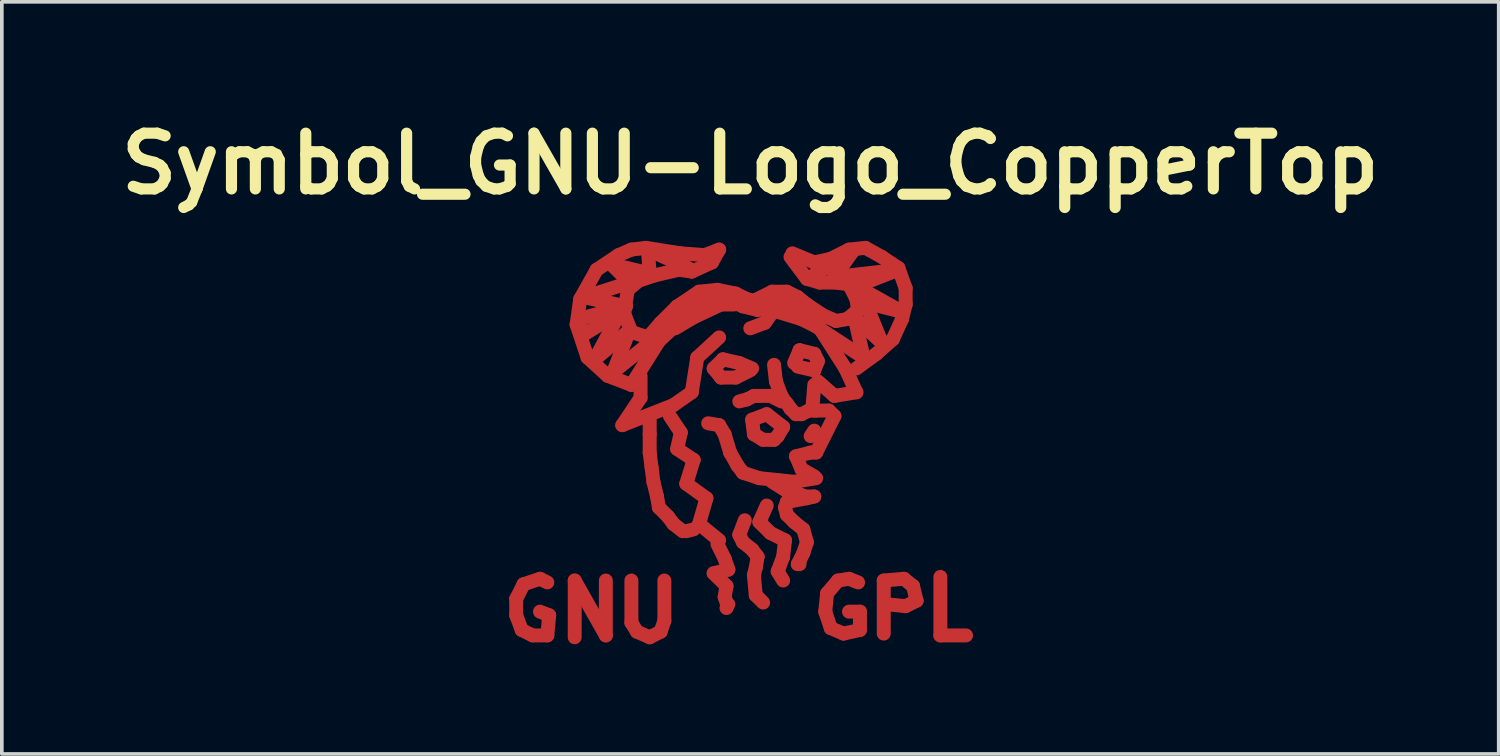
<source format=kicad_pcb>
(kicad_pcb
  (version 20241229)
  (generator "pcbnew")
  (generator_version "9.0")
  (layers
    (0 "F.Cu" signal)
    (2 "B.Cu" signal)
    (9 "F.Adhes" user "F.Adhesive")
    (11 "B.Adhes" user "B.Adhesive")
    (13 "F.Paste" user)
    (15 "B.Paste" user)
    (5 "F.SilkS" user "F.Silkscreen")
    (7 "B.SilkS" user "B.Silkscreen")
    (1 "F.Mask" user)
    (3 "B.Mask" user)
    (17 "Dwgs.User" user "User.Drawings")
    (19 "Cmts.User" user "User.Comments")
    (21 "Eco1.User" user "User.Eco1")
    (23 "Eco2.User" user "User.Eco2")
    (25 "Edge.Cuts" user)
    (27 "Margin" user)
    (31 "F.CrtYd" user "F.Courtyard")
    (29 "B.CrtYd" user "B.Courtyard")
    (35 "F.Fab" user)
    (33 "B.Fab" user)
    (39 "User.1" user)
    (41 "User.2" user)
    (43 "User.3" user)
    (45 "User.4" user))
  (footprint "Symbol_GNU-Logo_CopperTop"
    (layer "F.Cu")
    (at 17.468 7.477)
    (property "Reference" "Symbol_GNU-Logo_CopperTop" (at 0 -6.05 0) (layer "F.SilkS") (effects (font (size 1.524 1.524) (thickness 0.305))))
    (attr through_hole)
    (fp_line (start -6.401 5.85) (end -6.401 6.299) (stroke (width 0.381) (type solid)) (layer "F.Cu"))
    (fp_line (start -6.401 6.299) (end -6.251 6.701) (stroke (width 0.381) (type solid)) (layer "F.Cu"))
    (fp_line (start -6.251 6.701) (end -5.951 6.85) (stroke (width 0.381) (type solid)) (layer "F.Cu"))
    (fp_line (start -6.2 5.451) (end -6.401 5.85) (stroke (width 0.381) (type solid)) (layer "F.Cu"))
    (fp_line (start -5.951 6.85) (end -5.55 6.85) (stroke (width 0.381) (type solid)) (layer "F.Cu"))
    (fp_line (start -5.751 5.301) (end -6.2 5.451) (stroke (width 0.381) (type solid)) (layer "F.Cu"))
    (fp_line (start -5.55 5.4) (end -5.751 5.301) (stroke (width 0.381) (type solid)) (layer "F.Cu"))
    (fp_line (start -5.55 6.85) (end -5.499 6.299) (stroke (width 0.381) (type solid)) (layer "F.Cu"))
    (fp_line (start -5.499 6.299) (end -5.751 6.2) (stroke (width 0.381) (type solid)) (layer "F.Cu"))
    (fp_line (start -4.801 5.349) (end -3.95 6.85) (stroke (width 0.381) (type solid)) (layer "F.Cu"))
    (fp_line (start -4.801 6.901) (end -4.801 5.349) (stroke (width 0.381) (type solid)) (layer "F.Cu"))
    (fp_line (start -4.75 -1.651) (end -4.45 -0.749) (stroke (width 0.381) (type solid)) (layer "F.Cu"))
    (fp_line (start -4.699 -1.801) (end -3.401 -2.149) (stroke (width 0.381) (type solid)) (layer "F.Cu"))
    (fp_line (start -4.651 -2.349) (end -4.75 -1.651) (stroke (width 0.381) (type solid)) (layer "F.Cu"))
    (fp_line (start -4.6 -1.349) (end -4.699 -1.801) (stroke (width 0.381) (type solid)) (layer "F.Cu"))
    (fp_line (start -4.549 -2.4) (end -3.299 -2.799) (stroke (width 0.381) (type solid)) (layer "F.Cu"))
    (fp_line (start -4.45 -0.749) (end -3.899 -0.249) (stroke (width 0.381) (type solid)) (layer "F.Cu"))
    (fp_line (start -4.249 -0.701) (end -3.551 -1.999) (stroke (width 0.381) (type solid)) (layer "F.Cu"))
    (fp_line (start -4.201 -3.15) (end -4.651 -2.349) (stroke (width 0.381) (type solid)) (layer "F.Cu"))
    (fp_line (start -3.95 6.85) (end -3.95 5.349) (stroke (width 0.381) (type solid)) (layer "F.Cu"))
    (fp_line (start -3.899 -0.249) (end -3.251 0) (stroke (width 0.381) (type solid)) (layer "F.Cu"))
    (fp_line (start -3.8 -3.299) (end -2.751 -3.051) (stroke (width 0.381) (type solid)) (layer "F.Cu"))
    (fp_line (start -3.749 -0.351) (end -3.299 -1.501) (stroke (width 0.381) (type solid)) (layer "F.Cu"))
    (fp_line (start -3.599 -3.551) (end -4.201 -3.15) (stroke (width 0.381) (type solid)) (layer "F.Cu"))
    (fp_line (start -3.551 -1.999) (end -4.6 -1.349) (stroke (width 0.381) (type solid)) (layer "F.Cu"))
    (fp_line (start -3.5 1.1) (end -2.101 0.551) (stroke (width 0.381) (type solid)) (layer "F.Cu"))
    (fp_line (start -3.449 -1.951) (end -3.35 -2.601) (stroke (width 0.381) (type solid)) (layer "F.Cu"))
    (fp_line (start -3.401 -2.149) (end -4.549 -2.4) (stroke (width 0.381) (type solid)) (layer "F.Cu"))
    (fp_line (start -3.35 -2.601) (end -3.051 -2.85) (stroke (width 0.381) (type solid)) (layer "F.Cu"))
    (fp_line (start -3.299 -2.799) (end -3.8 -3.299) (stroke (width 0.381) (type solid)) (layer "F.Cu"))
    (fp_line (start -3.299 -1.501) (end -4.249 -0.701) (stroke (width 0.381) (type solid)) (layer "F.Cu"))
    (fp_line (start -3.251 -3.701) (end -3.599 -3.551) (stroke (width 0.381) (type solid)) (layer "F.Cu"))
    (fp_line (start -3.251 -1.45) (end -3.449 -1.951) (stroke (width 0.381) (type solid)) (layer "F.Cu"))
    (fp_line (start -3.251 0) (end -2.499 -1.199) (stroke (width 0.381) (type solid)) (layer "F.Cu"))
    (fp_line (start -3.251 5.349) (end -3.251 6.5) (stroke (width 0.381) (type solid)) (layer "F.Cu"))
    (fp_line (start -3.251 6.5) (end -3.099 6.749) (stroke (width 0.381) (type solid)) (layer "F.Cu"))
    (fp_line (start -3.099 6.749) (end -2.751 6.901) (stroke (width 0.381) (type solid)) (layer "F.Cu"))
    (fp_line (start -3.051 -2.85) (end -2.601 -3) (stroke (width 0.381) (type solid)) (layer "F.Cu"))
    (fp_line (start -3 -0.249) (end -3 0.351) (stroke (width 0.381) (type solid)) (layer "F.Cu"))
    (fp_line (start -3 0.351) (end -3.5 1.1) (stroke (width 0.381) (type solid)) (layer "F.Cu"))
    (fp_line (start -2.85 -3.749) (end -3.251 -3.701) (stroke (width 0.381) (type solid)) (layer "F.Cu"))
    (fp_line (start -2.799 -3.701) (end -1.699 -3.2) (stroke (width 0.381) (type solid)) (layer "F.Cu"))
    (fp_line (start -2.799 -1.3) (end -3.251 -1.45) (stroke (width 0.381) (type solid)) (layer "F.Cu"))
    (fp_line (start -2.751 -3.051) (end -2.799 -3.701) (stroke (width 0.381) (type solid)) (layer "F.Cu"))
    (fp_line (start -2.751 -1.151) (end -3.749 -0.351) (stroke (width 0.381) (type solid)) (layer "F.Cu"))
    (fp_line (start -2.751 1.349) (end -2.751 0.851) (stroke (width 0.381) (type solid)) (layer "F.Cu"))
    (fp_line (start -2.751 1.849) (end -2.751 1.349) (stroke (width 0.381) (type solid)) (layer "F.Cu"))
    (fp_line (start -2.751 6.901) (end -2.451 6.749) (stroke (width 0.381) (type solid)) (layer "F.Cu"))
    (fp_line (start -2.7 2.25) (end -2.751 1.849) (stroke (width 0.381) (type solid)) (layer "F.Cu"))
    (fp_line (start -2.649 2.649) (end -2.7 2.25) (stroke (width 0.381) (type solid)) (layer "F.Cu"))
    (fp_line (start -2.601 -3) (end -1.951 -3.15) (stroke (width 0.381) (type solid)) (layer "F.Cu"))
    (fp_line (start -2.55 3.051) (end -2.649 2.649) (stroke (width 0.381) (type solid)) (layer "F.Cu"))
    (fp_line (start -2.499 -1.199) (end -1.801 -1.849) (stroke (width 0.381) (type solid)) (layer "F.Cu"))
    (fp_line (start -2.499 3.35) (end -2.55 3.051) (stroke (width 0.381) (type solid)) (layer "F.Cu"))
    (fp_line (start -2.451 -1.699) (end -2.799 -1.3) (stroke (width 0.381) (type solid)) (layer "F.Cu"))
    (fp_line (start -2.451 6.749) (end -2.349 6.449) (stroke (width 0.381) (type solid)) (layer "F.Cu"))
    (fp_line (start -2.349 6.449) (end -2.349 5.349) (stroke (width 0.381) (type solid)) (layer "F.Cu"))
    (fp_line (start -2.25 3.599) (end -2.499 3.35) (stroke (width 0.381) (type solid)) (layer "F.Cu"))
    (fp_line (start -2.2 0.851) (end -1.9 1.3) (stroke (width 0.381) (type solid)) (layer "F.Cu"))
    (fp_line (start -2.101 0.551) (end -1.6 0.201) (stroke (width 0.381) (type solid)) (layer "F.Cu"))
    (fp_line (start -2.101 3.8) (end -2.25 3.599) (stroke (width 0.381) (type solid)) (layer "F.Cu"))
    (fp_line (start -2.05 -1.549) (end -1.549 -1.849) (stroke (width 0.381) (type solid)) (layer "F.Cu"))
    (fp_line (start -1.999 -2.149) (end -2.451 -1.699) (stroke (width 0.381) (type solid)) (layer "F.Cu"))
    (fp_line (start -1.999 1.75) (end -1.549 2.05) (stroke (width 0.381) (type solid)) (layer "F.Cu"))
    (fp_line (start -1.951 -3.15) (end -1.6 -3.099) (stroke (width 0.381) (type solid)) (layer "F.Cu"))
    (fp_line (start -1.9 -3.599) (end -2.85 -3.749) (stroke (width 0.381) (type solid)) (layer "F.Cu"))
    (fp_line (start -1.9 1.3) (end -1.999 1.75) (stroke (width 0.381) (type solid)) (layer "F.Cu"))
    (fp_line (start -1.849 4) (end -2.101 3.8) (stroke (width 0.381) (type solid)) (layer "F.Cu"))
    (fp_line (start -1.801 -1.849) (end -1.199 -2.301) (stroke (width 0.381) (type solid)) (layer "F.Cu"))
    (fp_line (start -1.75 2.7) (end -1.199 3.099) (stroke (width 0.381) (type solid)) (layer "F.Cu"))
    (fp_line (start -1.75 4) (end -1.549 3.95) (stroke (width 0.381) (type solid)) (layer "F.Cu"))
    (fp_line (start -1.6 -3.099) (end -1.049 -3.35) (stroke (width 0.381) (type solid)) (layer "F.Cu"))
    (fp_line (start -1.6 0.201) (end -1.45 -0.749) (stroke (width 0.381) (type solid)) (layer "F.Cu"))
    (fp_line (start -1.549 -1.849) (end -0.8 -2.2) (stroke (width 0.381) (type solid)) (layer "F.Cu"))
    (fp_line (start -1.549 2.05) (end -1.75 2.7) (stroke (width 0.381) (type solid)) (layer "F.Cu"))
    (fp_line (start -1.45 -0.749) (end -0.851 -1.3) (stroke (width 0.381) (type solid)) (layer "F.Cu"))
    (fp_line (start -1.4 -2.55) (end -1.999 -2.149) (stroke (width 0.381) (type solid)) (layer "F.Cu"))
    (fp_line (start -1.4 3.8) (end -0.851 4.249) (stroke (width 0.381) (type solid)) (layer "F.Cu"))
    (fp_line (start -1.25 -3.551) (end -1.9 -3.599) (stroke (width 0.381) (type solid)) (layer "F.Cu"))
    (fp_line (start -1.199 -2.301) (end -0.65 -2.349) (stroke (width 0.381) (type solid)) (layer "F.Cu"))
    (fp_line (start -1.199 3.099) (end -1.4 3.8) (stroke (width 0.381) (type solid)) (layer "F.Cu"))
    (fp_line (start -1.049 -3.35) (end -0.851 -3.701) (stroke (width 0.381) (type solid)) (layer "F.Cu"))
    (fp_line (start -1.001 -0.45) (end -0.8 -0.201) (stroke (width 0.381) (type solid)) (layer "F.Cu"))
    (fp_line (start -1.001 5.151) (end -0.65 5.499) (stroke (width 0.381) (type solid)) (layer "F.Cu"))
    (fp_line (start -0.899 -2.601) (end -1.4 -2.55) (stroke (width 0.381) (type solid)) (layer "F.Cu"))
    (fp_line (start -0.899 4.351) (end -0.701 4.75) (stroke (width 0.381) (type solid)) (layer "F.Cu"))
    (fp_line (start -0.851 -3.701) (end -1.25 -3.551) (stroke (width 0.381) (type solid)) (layer "F.Cu"))
    (fp_line (start -0.851 1.1) (end -1.151 1.049) (stroke (width 0.381) (type solid)) (layer "F.Cu"))
    (fp_line (start -0.8 -2.2) (end -0.45 -2.2) (stroke (width 0.381) (type solid)) (layer "F.Cu"))
    (fp_line (start -0.8 -0.201) (end -0.399 -0.201) (stroke (width 0.381) (type solid)) (layer "F.Cu"))
    (fp_line (start -0.749 -0.701) (end -1.001 -0.45) (stroke (width 0.381) (type solid)) (layer "F.Cu"))
    (fp_line (start -0.701 1.349) (end -0.851 1.1) (stroke (width 0.381) (type solid)) (layer "F.Cu"))
    (fp_line (start -0.701 4.75) (end -0.599 5.05) (stroke (width 0.381) (type solid)) (layer "F.Cu"))
    (fp_line (start -0.701 5.799) (end -0.65 5.951) (stroke (width 0.381) (type solid)) (layer "F.Cu"))
    (fp_line (start -0.65 -2.349) (end -0.201 -2.149) (stroke (width 0.381) (type solid)) (layer "F.Cu"))
    (fp_line (start -0.65 5.499) (end -0.701 5.799) (stroke (width 0.381) (type solid)) (layer "F.Cu"))
    (fp_line (start -0.599 5.05) (end -1.001 5.151) (stroke (width 0.381) (type solid)) (layer "F.Cu"))
    (fp_line (start -0.599 5.999) (end -0.65 6.101) (stroke (width 0.381) (type solid)) (layer "F.Cu"))
    (fp_line (start -0.551 1.849) (end -0.701 1.349) (stroke (width 0.381) (type solid)) (layer "F.Cu"))
    (fp_line (start -0.399 -2.499) (end -0.899 -2.601) (stroke (width 0.381) (type solid)) (layer "F.Cu"))
    (fp_line (start -0.399 -0.201) (end 0 -0.399) (stroke (width 0.381) (type solid)) (layer "F.Cu"))
    (fp_line (start -0.351 2.2) (end -0.551 1.849) (stroke (width 0.381) (type solid)) (layer "F.Cu"))
    (fp_line (start -0.3 -0.599) (end -0.749 -0.701) (stroke (width 0.381) (type solid)) (layer "F.Cu"))
    (fp_line (start -0.3 4.1) (end -0.201 4.3) (stroke (width 0.381) (type solid)) (layer "F.Cu"))
    (fp_line (start -0.201 -2.149) (end 0.201 -2.05) (stroke (width 0.381) (type solid)) (layer "F.Cu"))
    (fp_line (start -0.201 2.4) (end -0.351 2.2) (stroke (width 0.381) (type solid)) (layer "F.Cu"))
    (fp_line (start -0.201 4.3) (end 0.051 4.501) (stroke (width 0.381) (type solid)) (layer "F.Cu"))
    (fp_line (start -0.15 3.701) (end -0.3 4.1) (stroke (width 0.381) (type solid)) (layer "F.Cu"))
    (fp_line (start -0.099 -2.349) (end -0.399 -2.499) (stroke (width 0.381) (type solid)) (layer "F.Cu"))
    (fp_line (start -0.099 0.399) (end -0.3 0.45) (stroke (width 0.381) (type solid)) (layer "F.Cu"))
    (fp_line (start 0 -1.549) (end 0.399 -1.699) (stroke (width 0.381) (type solid)) (layer "F.Cu"))
    (fp_line (start 0.051 -0.45) (end -0.3 -0.599) (stroke (width 0.381) (type solid)) (layer "F.Cu"))
    (fp_line (start 0.051 0.95) (end 0.099 1.349) (stroke (width 0.381) (type solid)) (layer "F.Cu"))
    (fp_line (start 0.051 4.501) (end 0.201 4.699) (stroke (width 0.381) (type solid)) (layer "F.Cu"))
    (fp_line (start 0.099 -2.301) (end -0.099 -2.349) (stroke (width 0.381) (type solid)) (layer "F.Cu"))
    (fp_line (start 0.099 0.3) (end -0.099 0.399) (stroke (width 0.381) (type solid)) (layer "F.Cu"))
    (fp_line (start 0.099 1.349) (end 0.351 1.501) (stroke (width 0.381) (type solid)) (layer "F.Cu"))
    (fp_line (start 0.099 5.199) (end 0.15 5.751) (stroke (width 0.381) (type solid)) (layer "F.Cu"))
    (fp_line (start 0.15 5.001) (end 0.099 5.199) (stroke (width 0.381) (type solid)) (layer "F.Cu"))
    (fp_line (start 0.15 5.751) (end 0.351 5.951) (stroke (width 0.381) (type solid)) (layer "F.Cu"))
    (fp_line (start 0.201 -2.05) (end 0.65 -2.2) (stroke (width 0.381) (type solid)) (layer "F.Cu"))
    (fp_line (start 0.201 4.699) (end 0.15 5.001) (stroke (width 0.381) (type solid)) (layer "F.Cu"))
    (fp_line (start 0.249 0.3) (end 0.099 0.3) (stroke (width 0.381) (type solid)) (layer "F.Cu"))
    (fp_line (start 0.249 2.55) (end -0.201 2.4) (stroke (width 0.381) (type solid)) (layer "F.Cu"))
    (fp_line (start 0.249 3.749) (end 0.551 4.049) (stroke (width 0.381) (type solid)) (layer "F.Cu"))
    (fp_line (start 0.351 1.501) (end 0.65 1.501) (stroke (width 0.381) (type solid)) (layer "F.Cu"))
    (fp_line (start 0.399 -1.699) (end 0.65 -2.05) (stroke (width 0.381) (type solid)) (layer "F.Cu"))
    (fp_line (start 0.45 0.8) (end 0.051 0.95) (stroke (width 0.381) (type solid)) (layer "F.Cu"))
    (fp_line (start 0.45 3.299) (end 0.249 3.749) (stroke (width 0.381) (type solid)) (layer "F.Cu"))
    (fp_line (start 0.551 0.3) (end 0.249 0.3) (stroke (width 0.381) (type solid)) (layer "F.Cu"))
    (fp_line (start 0.551 4.049) (end 0.95 4.249) (stroke (width 0.381) (type solid)) (layer "F.Cu"))
    (fp_line (start 0.599 -2.55) (end 0.099 -2.301) (stroke (width 0.381) (type solid)) (layer "F.Cu"))
    (fp_line (start 0.599 2.649) (end 1.001 2.901) (stroke (width 0.381) (type solid)) (layer "F.Cu"))
    (fp_line (start 0.65 -2.2) (end 1.1 -2.101) (stroke (width 0.381) (type solid)) (layer "F.Cu"))
    (fp_line (start 0.65 -0.551) (end 0.701 -0.099) (stroke (width 0.381) (type solid)) (layer "F.Cu"))
    (fp_line (start 0.65 1.501) (end 0.749 1.4) (stroke (width 0.381) (type solid)) (layer "F.Cu"))
    (fp_line (start 0.701 -0.099) (end 0.851 0.3) (stroke (width 0.381) (type solid)) (layer "F.Cu"))
    (fp_line (start 0.749 -1.999) (end 1.4 -1.801) (stroke (width 0.381) (type solid)) (layer "F.Cu"))
    (fp_line (start 0.749 1.4) (end 0.899 1.151) (stroke (width 0.381) (type solid)) (layer "F.Cu"))
    (fp_line (start 0.749 2.601) (end 0.249 2.55) (stroke (width 0.381) (type solid)) (layer "F.Cu"))
    (fp_line (start 0.749 5.1) (end 0.899 5.349) (stroke (width 0.381) (type solid)) (layer "F.Cu"))
    (fp_line (start 0.851 -2.301) (end 1.1 -2.25) (stroke (width 0.381) (type solid)) (layer "F.Cu"))
    (fp_line (start 0.851 0.3) (end 0.95 0.45) (stroke (width 0.381) (type solid)) (layer "F.Cu"))
    (fp_line (start 0.851 0.45) (end 0.551 0.3) (stroke (width 0.381) (type solid)) (layer "F.Cu"))
    (fp_line (start 0.899 1.151) (end 0.45 0.8) (stroke (width 0.381) (type solid)) (layer "F.Cu"))
    (fp_line (start 0.899 4.699) (end 0.749 5.1) (stroke (width 0.381) (type solid)) (layer "F.Cu"))
    (fp_line (start 0.95 3.35) (end 1.001 3.551) (stroke (width 0.381) (type solid)) (layer "F.Cu"))
    (fp_line (start 0.95 4.249) (end 0.899 4.699) (stroke (width 0.381) (type solid)) (layer "F.Cu"))
    (fp_line (start 1.001 -2.55) (end 0.599 -2.55) (stroke (width 0.381) (type solid)) (layer "F.Cu"))
    (fp_line (start 1.001 0.5) (end 1.1 0.65) (stroke (width 0.381) (type solid)) (layer "F.Cu"))
    (fp_line (start 1.001 2.901) (end 1.25 2.901) (stroke (width 0.381) (type solid)) (layer "F.Cu"))
    (fp_line (start 1.001 3.2) (end 0.95 3.35) (stroke (width 0.381) (type solid)) (layer "F.Cu"))
    (fp_line (start 1.001 3.551) (end 1.199 3.749) (stroke (width 0.381) (type solid)) (layer "F.Cu"))
    (fp_line (start 1.1 -3.5) (end 1.549 -2.901) (stroke (width 0.381) (type solid)) (layer "F.Cu"))
    (fp_line (start 1.1 -2.101) (end 1.699 -1.801) (stroke (width 0.381) (type solid)) (layer "F.Cu"))
    (fp_line (start 1.1 0.65) (end 1.25 0.8) (stroke (width 0.381) (type solid)) (layer "F.Cu"))
    (fp_line (start 1.151 -3.599) (end 1.75 -3.35) (stroke (width 0.381) (type solid)) (layer "F.Cu"))
    (fp_line (start 1.199 -0.599) (end 1.349 -0.95) (stroke (width 0.381) (type solid)) (layer "F.Cu"))
    (fp_line (start 1.199 2.649) (end 0.749 2.601) (stroke (width 0.381) (type solid)) (layer "F.Cu"))
    (fp_line (start 1.199 3.749) (end 1.45 3.95) (stroke (width 0.381) (type solid)) (layer "F.Cu"))
    (fp_line (start 1.25 0.8) (end 1.4 0.8) (stroke (width 0.381) (type solid)) (layer "F.Cu"))
    (fp_line (start 1.25 1.951) (end 1.4 2.301) (stroke (width 0.381) (type solid)) (layer "F.Cu"))
    (fp_line (start 1.25 2.949) (end 1.501 3.051) (stroke (width 0.381) (type solid)) (layer "F.Cu"))
    (fp_line (start 1.3 -2.4) (end 1.001 -2.55) (stroke (width 0.381) (type solid)) (layer "F.Cu"))
    (fp_line (start 1.3 4.9) (end 1.349 4.9) (stroke (width 0.381) (type solid)) (layer "F.Cu"))
    (fp_line (start 1.349 -0.95) (end 1.75 -0.851) (stroke (width 0.381) (type solid)) (layer "F.Cu"))
    (fp_line (start 1.4 -1.801) (end 1.801 -1.6) (stroke (width 0.381) (type solid)) (layer "F.Cu"))
    (fp_line (start 1.4 0.8) (end 1.6 0.701) (stroke (width 0.381) (type solid)) (layer "F.Cu"))
    (fp_line (start 1.4 2.301) (end 1.75 2.499) (stroke (width 0.381) (type solid)) (layer "F.Cu"))
    (fp_line (start 1.45 3.95) (end 1.549 4.3) (stroke (width 0.381) (type solid)) (layer "F.Cu"))
    (fp_line (start 1.45 4.6) (end 1.3 4.9) (stroke (width 0.381) (type solid)) (layer "F.Cu"))
    (fp_line (start 1.501 3.051) (end 1.75 3.051) (stroke (width 0.381) (type solid)) (layer "F.Cu"))
    (fp_line (start 1.549 -2.901) (end 1.9 -2.799) (stroke (width 0.381) (type solid)) (layer "F.Cu"))
    (fp_line (start 1.549 -2.2) (end 1.3 -2.4) (stroke (width 0.381) (type solid)) (layer "F.Cu"))
    (fp_line (start 1.549 3.099) (end 1.001 3.2) (stroke (width 0.381) (type solid)) (layer "F.Cu"))
    (fp_line (start 1.549 4.3) (end 1.45 4.6) (stroke (width 0.381) (type solid)) (layer "F.Cu"))
    (fp_line (start 1.6 0.701) (end 1.801 0.701) (stroke (width 0.381) (type solid)) (layer "F.Cu"))
    (fp_line (start 1.651 1.849) (end 1.25 1.951) (stroke (width 0.381) (type solid)) (layer "F.Cu"))
    (fp_line (start 1.699 -1.801) (end 1.9 -1.549) (stroke (width 0.381) (type solid)) (layer "F.Cu"))
    (fp_line (start 1.75 -3.35) (end 2.2 -3.449) (stroke (width 0.381) (type solid)) (layer "F.Cu"))
    (fp_line (start 1.75 -0.851) (end 1.849 -0.65) (stroke (width 0.381) (type solid)) (layer "F.Cu"))
    (fp_line (start 1.75 -0.399) (end 1.3 -0.5) (stroke (width 0.381) (type solid)) (layer "F.Cu"))
    (fp_line (start 1.75 0) (end 1.699 0.65) (stroke (width 0.381) (type solid)) (layer "F.Cu"))
    (fp_line (start 1.75 0.701) (end 2.149 0.701) (stroke (width 0.381) (type solid)) (layer "F.Cu"))
    (fp_line (start 1.75 1.25) (end 1.651 1.4) (stroke (width 0.381) (type solid)) (layer "F.Cu"))
    (fp_line (start 1.75 3.051) (end 1.549 3.099) (stroke (width 0.381) (type solid)) (layer "F.Cu"))
    (fp_line (start 1.801 -1.6) (end 3.099 -0.749) (stroke (width 0.381) (type solid)) (layer "F.Cu"))
    (fp_line (start 1.801 1.849) (end 1.651 1.849) (stroke (width 0.381) (type solid)) (layer "F.Cu"))
    (fp_line (start 1.801 2.55) (end 1.199 2.649) (stroke (width 0.381) (type solid)) (layer "F.Cu"))
    (fp_line (start 1.849 -0.65) (end 1.75 -0.399) (stroke (width 0.381) (type solid)) (layer "F.Cu"))
    (fp_line (start 1.9 -2.799) (end 2.349 -2.799) (stroke (width 0.381) (type solid)) (layer "F.Cu"))
    (fp_line (start 1.9 -1.549) (end 2.601 -0.45) (stroke (width 0.381) (type solid)) (layer "F.Cu"))
    (fp_line (start 1.999 -1.9) (end 1.549 -2.2) (stroke (width 0.381) (type solid)) (layer "F.Cu"))
    (fp_line (start 2.05 6.2) (end 2.2 6.65) (stroke (width 0.381) (type solid)) (layer "F.Cu"))
    (fp_line (start 2.101 5.7) (end 2.05 6.2) (stroke (width 0.381) (type solid)) (layer "F.Cu"))
    (fp_line (start 2.149 0.701) (end 2.301 0.851) (stroke (width 0.381) (type solid)) (layer "F.Cu"))
    (fp_line (start 2.2 -3.449) (end 2.7 -3.701) (stroke (width 0.381) (type solid)) (layer "F.Cu"))
    (fp_line (start 2.2 6.65) (end 2.55 6.8) (stroke (width 0.381) (type solid)) (layer "F.Cu"))
    (fp_line (start 2.301 -2.949) (end 2.799 -3.65) (stroke (width 0.381) (type solid)) (layer "F.Cu"))
    (fp_line (start 2.301 0.3) (end 1.849 -0.099) (stroke (width 0.381) (type solid)) (layer "F.Cu"))
    (fp_line (start 2.301 0.851) (end 1.801 1.849) (stroke (width 0.381) (type solid)) (layer "F.Cu"))
    (fp_line (start 2.349 -2.799) (end 2.7 -2.751) (stroke (width 0.381) (type solid)) (layer "F.Cu"))
    (fp_line (start 2.349 -1.75) (end 1.999 -1.9) (stroke (width 0.381) (type solid)) (layer "F.Cu"))
    (fp_line (start 2.4 5.349) (end 2.101 5.7) (stroke (width 0.381) (type solid)) (layer "F.Cu"))
    (fp_line (start 2.55 6.8) (end 3 6.701) (stroke (width 0.381) (type solid)) (layer "F.Cu"))
    (fp_line (start 2.601 -0.45) (end 2.901 0.201) (stroke (width 0.381) (type solid)) (layer "F.Cu"))
    (fp_line (start 2.649 -1.801) (end 2.349 -1.75) (stroke (width 0.381) (type solid)) (layer "F.Cu"))
    (fp_line (start 2.7 -3.701) (end 3.15 -3.749) (stroke (width 0.381) (type solid)) (layer "F.Cu"))
    (fp_line (start 2.7 -2.751) (end 2.901 -2.349) (stroke (width 0.381) (type solid)) (layer "F.Cu"))
    (fp_line (start 2.7 5.301) (end 2.4 5.349) (stroke (width 0.381) (type solid)) (layer "F.Cu"))
    (fp_line (start 2.799 -3.65) (end 1.651 -2.949) (stroke (width 0.381) (type solid)) (layer "F.Cu"))
    (fp_line (start 2.85 -1.849) (end 3.599 -1.151) (stroke (width 0.381) (type solid)) (layer "F.Cu"))
    (fp_line (start 2.901 -2.7) (end 4.049 -3.15) (stroke (width 0.381) (type solid)) (layer "F.Cu"))
    (fp_line (start 2.901 -2.349) (end 2.949 -2.05) (stroke (width 0.381) (type solid)) (layer "F.Cu"))
    (fp_line (start 2.901 0.201) (end 2.301 0.3) (stroke (width 0.381) (type solid)) (layer "F.Cu"))
    (fp_line (start 2.949 -2.05) (end 2.649 -1.801) (stroke (width 0.381) (type solid)) (layer "F.Cu"))
    (fp_line (start 2.949 5.4) (end 2.7 5.301) (stroke (width 0.381) (type solid)) (layer "F.Cu"))
    (fp_line (start 3 6.2) (end 2.7 6.2) (stroke (width 0.381) (type solid)) (layer "F.Cu"))
    (fp_line (start 3 6.701) (end 3 6.2) (stroke (width 0.381) (type solid)) (layer "F.Cu"))
    (fp_line (start 3.099 -0.749) (end 2.85 -1.849) (stroke (width 0.381) (type solid)) (layer "F.Cu"))
    (fp_line (start 3.15 -3.749) (end 3.599 -3.5) (stroke (width 0.381) (type solid)) (layer "F.Cu"))
    (fp_line (start 3.15 -2.25) (end 4.15 -1.999) (stroke (width 0.381) (type solid)) (layer "F.Cu"))
    (fp_line (start 3.449 -0.851) (end 2.901 -0.45) (stroke (width 0.381) (type solid)) (layer "F.Cu"))
    (fp_line (start 3.599 -3.5) (end 4.049 -3.2) (stroke (width 0.381) (type solid)) (layer "F.Cu"))
    (fp_line (start 3.599 -1.151) (end 3.15 -2.25) (stroke (width 0.381) (type solid)) (layer "F.Cu"))
    (fp_line (start 3.65 5.349) (end 4.201 5.301) (stroke (width 0.381) (type solid)) (layer "F.Cu"))
    (fp_line (start 3.65 6.8) (end 3.65 5.349) (stroke (width 0.381) (type solid)) (layer "F.Cu"))
    (fp_line (start 3.899 -1.25) (end 3.449 -0.851) (stroke (width 0.381) (type solid)) (layer "F.Cu"))
    (fp_line (start 4.049 -3.2) (end 4.249 -2.649) (stroke (width 0.381) (type solid)) (layer "F.Cu"))
    (fp_line (start 4.049 -3.15) (end 2.301 -2.949) (stroke (width 0.381) (type solid)) (layer "F.Cu"))
    (fp_line (start 4.15 -1.999) (end 2.901 -2.7) (stroke (width 0.381) (type solid)) (layer "F.Cu"))
    (fp_line (start 4.15 -1.801) (end 3.899 -1.25) (stroke (width 0.381) (type solid)) (layer "F.Cu"))
    (fp_line (start 4.201 5.301) (end 4.45 5.499) (stroke (width 0.381) (type solid)) (layer "F.Cu"))
    (fp_line (start 4.249 -2.649) (end 4.249 -2.2) (stroke (width 0.381) (type solid)) (layer "F.Cu"))
    (fp_line (start 4.249 -2.2) (end 4.15 -1.801) (stroke (width 0.381) (type solid)) (layer "F.Cu"))
    (fp_line (start 4.249 6.05) (end 3.749 5.999) (stroke (width 0.381) (type solid)) (layer "F.Cu"))
    (fp_line (start 4.45 5.499) (end 4.549 5.9) (stroke (width 0.381) (type solid)) (layer "F.Cu"))
    (fp_line (start 4.549 5.9) (end 4.249 6.05) (stroke (width 0.381) (type solid)) (layer "F.Cu"))
    (fp_line (start 5.199 5.25) (end 5.199 6.85) (stroke (width 0.381) (type solid)) (layer "F.Cu"))
    (fp_line (start 5.199 6.85) (end 5.9 6.85) (stroke (width 0.381) (type solid)) (layer "F.Cu")))
  (gr_rect
    (start -3 -3)
    (end 37.936 17.568)
    (stroke (width 0.1) (type default))
    (fill no)
    (layer "Edge.Cuts")))
</source>
